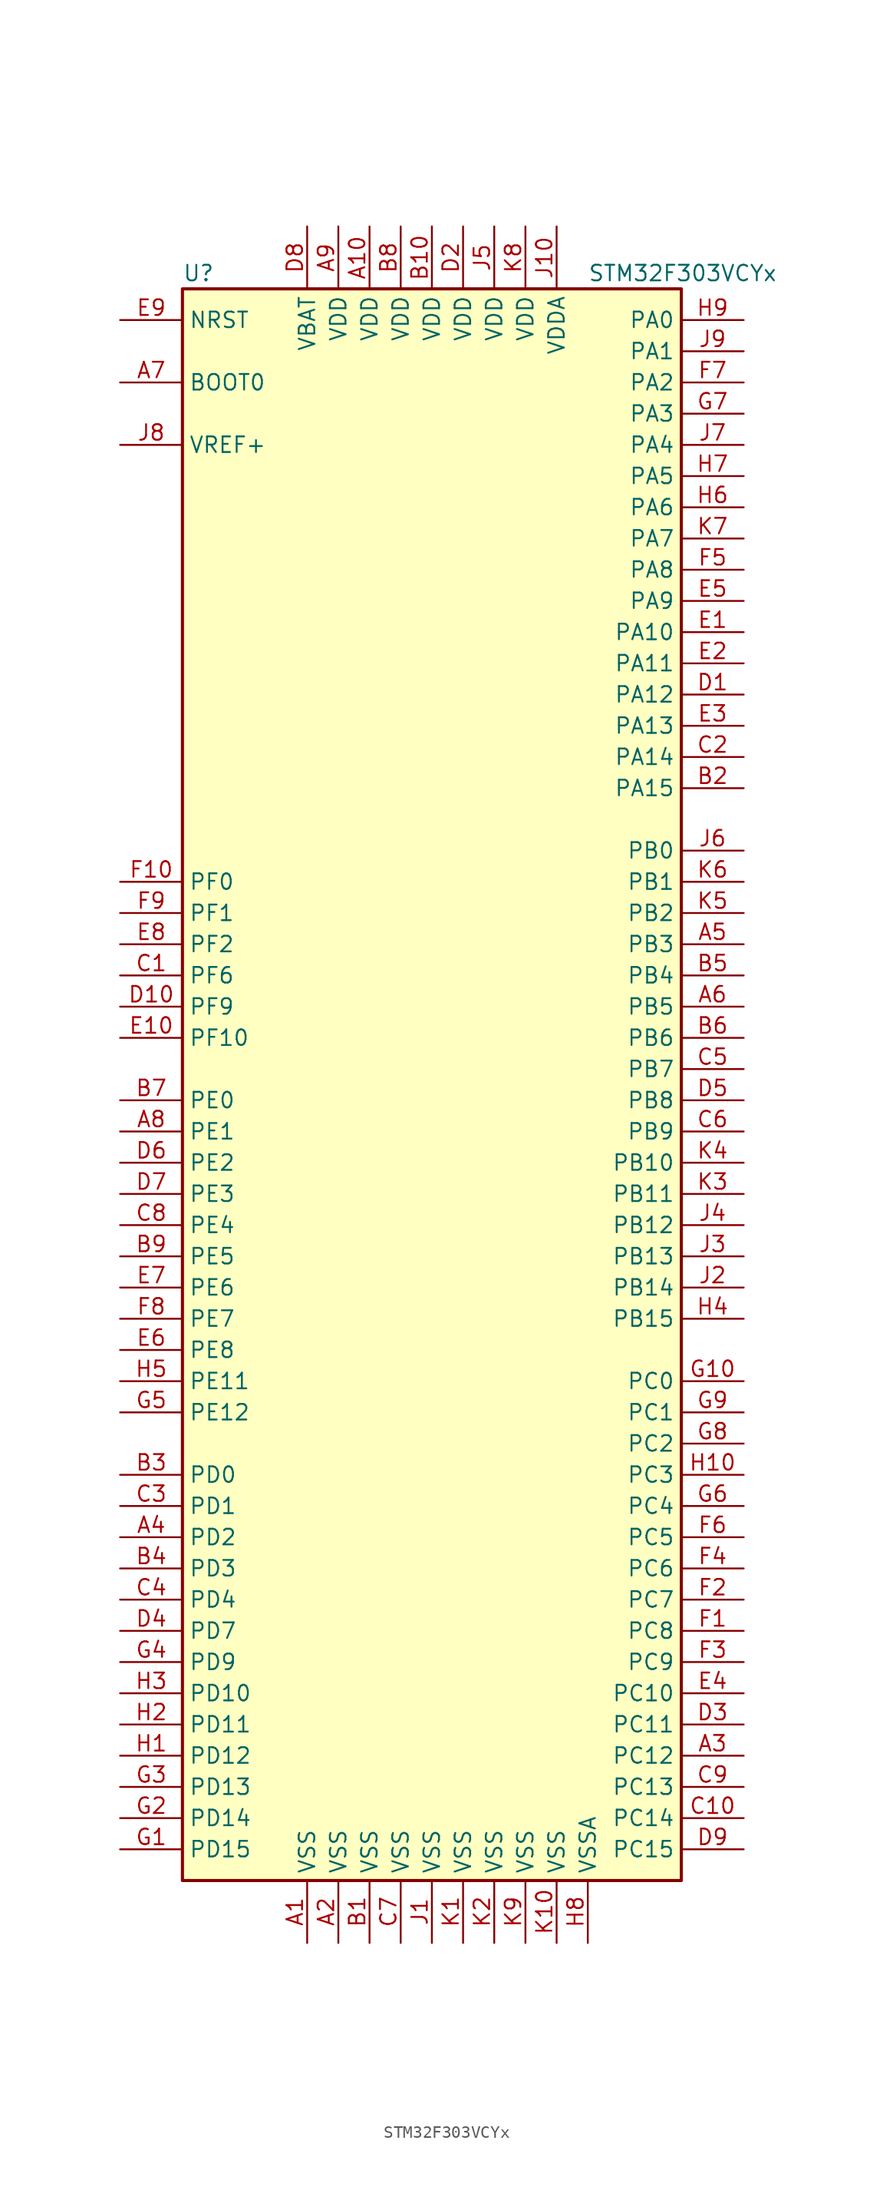
<source format=kicad_sym>
(kicad_symbol_lib
  (version 20201005)
  (generator kicad_symbol_editor)
  (symbol "STM32F303VCYx"
    (property "Reference" "U"
      (at -20.32 64.77 0)
      (effects (font (size 1.27 1.27)) (justify left)))
    (property "Value" "STM32F303VCYx"
      (at 12.7 64.77 0)
      (effects (font (size 1.27 1.27)) (justify left)))
    (symbol "STM32F303VCYx_0_1"
      (rectangle (start -20.32 -66.04) (end 20.32 63.5) (stroke (width 0.254)) (fill (type background))))
    (symbol "STM32F303VCYx_1_1"
      (pin input line (at -25.4 55.88 0) (length 5.08) (name "BOOT0" (effects (font (size 1.27 1.27)))) (number "A7" (effects (font (size 1.27 1.27)))))
      (pin input line (at -25.4 60.96 0) (length 5.08) (name "NRST" (effects (font (size 1.27 1.27)))) (number "E9" (effects (font (size 1.27 1.27)))))
      (pin bidirectional line (at 25.4 60.96 180) (length 5.08) (name "PA0" (effects (font (size 1.27 1.27)))) (number "H9" (effects (font (size 1.27 1.27)))))
      (pin bidirectional line (at 25.4 58.42 180) (length 5.08) (name "PA1" (effects (font (size 1.27 1.27)))) (number "J9" (effects (font (size 1.27 1.27)))))
      (pin bidirectional line (at 25.4 35.56 180) (length 5.08) (name "PA10" (effects (font (size 1.27 1.27)))) (number "E1" (effects (font (size 1.27 1.27)))))
      (pin bidirectional line (at 25.4 33.02 180) (length 5.08) (name "PA11" (effects (font (size 1.27 1.27)))) (number "E2" (effects (font (size 1.27 1.27)))))
      (pin bidirectional line (at 25.4 30.48 180) (length 5.08) (name "PA12" (effects (font (size 1.27 1.27)))) (number "D1" (effects (font (size 1.27 1.27)))))
      (pin bidirectional line (at 25.4 27.94 180) (length 5.08) (name "PA13" (effects (font (size 1.27 1.27)))) (number "E3" (effects (font (size 1.27 1.27)))))
      (pin bidirectional line (at 25.4 25.4 180) (length 5.08) (name "PA14" (effects (font (size 1.27 1.27)))) (number "C2" (effects (font (size 1.27 1.27)))))
      (pin bidirectional line (at 25.4 22.86 180) (length 5.08) (name "PA15" (effects (font (size 1.27 1.27)))) (number "B2" (effects (font (size 1.27 1.27)))))
      (pin bidirectional line (at 25.4 55.88 180) (length 5.08) (name "PA2" (effects (font (size 1.27 1.27)))) (number "F7" (effects (font (size 1.27 1.27)))))
      (pin bidirectional line (at 25.4 53.34 180) (length 5.08) (name "PA3" (effects (font (size 1.27 1.27)))) (number "G7" (effects (font (size 1.27 1.27)))))
      (pin bidirectional line (at 25.4 50.8 180) (length 5.08) (name "PA4" (effects (font (size 1.27 1.27)))) (number "J7" (effects (font (size 1.27 1.27)))))
      (pin bidirectional line (at 25.4 48.26 180) (length 5.08) (name "PA5" (effects (font (size 1.27 1.27)))) (number "H7" (effects (font (size 1.27 1.27)))))
      (pin bidirectional line (at 25.4 45.72 180) (length 5.08) (name "PA6" (effects (font (size 1.27 1.27)))) (number "H6" (effects (font (size 1.27 1.27)))))
      (pin bidirectional line (at 25.4 43.18 180) (length 5.08) (name "PA7" (effects (font (size 1.27 1.27)))) (number "K7" (effects (font (size 1.27 1.27)))))
      (pin bidirectional line (at 25.4 40.64 180) (length 5.08) (name "PA8" (effects (font (size 1.27 1.27)))) (number "F5" (effects (font (size 1.27 1.27)))))
      (pin bidirectional line (at 25.4 38.1 180) (length 5.08) (name "PA9" (effects (font (size 1.27 1.27)))) (number "E5" (effects (font (size 1.27 1.27)))))
      (pin bidirectional line (at 25.4 17.78 180) (length 5.08) (name "PB0" (effects (font (size 1.27 1.27)))) (number "J6" (effects (font (size 1.27 1.27)))))
      (pin bidirectional line (at 25.4 15.24 180) (length 5.08) (name "PB1" (effects (font (size 1.27 1.27)))) (number "K6" (effects (font (size 1.27 1.27)))))
      (pin bidirectional line (at 25.4 -7.62 180) (length 5.08) (name "PB10" (effects (font (size 1.27 1.27)))) (number "K4" (effects (font (size 1.27 1.27)))))
      (pin bidirectional line (at 25.4 -10.16 180) (length 5.08) (name "PB11" (effects (font (size 1.27 1.27)))) (number "K3" (effects (font (size 1.27 1.27)))))
      (pin bidirectional line (at 25.4 -12.7 180) (length 5.08) (name "PB12" (effects (font (size 1.27 1.27)))) (number "J4" (effects (font (size 1.27 1.27)))))
      (pin bidirectional line (at 25.4 -15.24 180) (length 5.08) (name "PB13" (effects (font (size 1.27 1.27)))) (number "J3" (effects (font (size 1.27 1.27)))))
      (pin bidirectional line (at 25.4 -17.78 180) (length 5.08) (name "PB14" (effects (font (size 1.27 1.27)))) (number "J2" (effects (font (size 1.27 1.27)))))
      (pin bidirectional line (at 25.4 -20.32 180) (length 5.08) (name "PB15" (effects (font (size 1.27 1.27)))) (number "H4" (effects (font (size 1.27 1.27)))))
      (pin bidirectional line (at 25.4 12.7 180) (length 5.08) (name "PB2" (effects (font (size 1.27 1.27)))) (number "K5" (effects (font (size 1.27 1.27)))))
      (pin bidirectional line (at 25.4 10.16 180) (length 5.08) (name "PB3" (effects (font (size 1.27 1.27)))) (number "A5" (effects (font (size 1.27 1.27)))))
      (pin bidirectional line (at 25.4 7.62 180) (length 5.08) (name "PB4" (effects (font (size 1.27 1.27)))) (number "B5" (effects (font (size 1.27 1.27)))))
      (pin bidirectional line (at 25.4 5.08 180) (length 5.08) (name "PB5" (effects (font (size 1.27 1.27)))) (number "A6" (effects (font (size 1.27 1.27)))))
      (pin bidirectional line (at 25.4 2.54 180) (length 5.08) (name "PB6" (effects (font (size 1.27 1.27)))) (number "B6" (effects (font (size 1.27 1.27)))))
      (pin bidirectional line (at 25.4 0 180) (length 5.08) (name "PB7" (effects (font (size 1.27 1.27)))) (number "C5" (effects (font (size 1.27 1.27)))))
      (pin bidirectional line (at 25.4 -2.54 180) (length 5.08) (name "PB8" (effects (font (size 1.27 1.27)))) (number "D5" (effects (font (size 1.27 1.27)))))
      (pin bidirectional line (at 25.4 -5.08 180) (length 5.08) (name "PB9" (effects (font (size 1.27 1.27)))) (number "C6" (effects (font (size 1.27 1.27)))))
      (pin bidirectional line (at 25.4 -25.4 180) (length 5.08) (name "PC0" (effects (font (size 1.27 1.27)))) (number "G10" (effects (font (size 1.27 1.27)))))
      (pin bidirectional line (at 25.4 -27.94 180) (length 5.08) (name "PC1" (effects (font (size 1.27 1.27)))) (number "G9" (effects (font (size 1.27 1.27)))))
      (pin bidirectional line (at 25.4 -50.8 180) (length 5.08) (name "PC10" (effects (font (size 1.27 1.27)))) (number "E4" (effects (font (size 1.27 1.27)))))
      (pin bidirectional line (at 25.4 -53.34 180) (length 5.08) (name "PC11" (effects (font (size 1.27 1.27)))) (number "D3" (effects (font (size 1.27 1.27)))))
      (pin bidirectional line (at 25.4 -55.88 180) (length 5.08) (name "PC12" (effects (font (size 1.27 1.27)))) (number "A3" (effects (font (size 1.27 1.27)))))
      (pin bidirectional line (at 25.4 -58.42 180) (length 5.08) (name "PC13" (effects (font (size 1.27 1.27)))) (number "C9" (effects (font (size 1.27 1.27)))))
      (pin bidirectional line (at 25.4 -60.96 180) (length 5.08) (name "PC14" (effects (font (size 1.27 1.27)))) (number "C10" (effects (font (size 1.27 1.27)))))
      (pin bidirectional line (at 25.4 -63.5 180) (length 5.08) (name "PC15" (effects (font (size 1.27 1.27)))) (number "D9" (effects (font (size 1.27 1.27)))))
      (pin bidirectional line (at 25.4 -30.48 180) (length 5.08) (name "PC2" (effects (font (size 1.27 1.27)))) (number "G8" (effects (font (size 1.27 1.27)))))
      (pin bidirectional line (at 25.4 -33.02 180) (length 5.08) (name "PC3" (effects (font (size 1.27 1.27)))) (number "H10" (effects (font (size 1.27 1.27)))))
      (pin bidirectional line (at 25.4 -35.56 180) (length 5.08) (name "PC4" (effects (font (size 1.27 1.27)))) (number "G6" (effects (font (size 1.27 1.27)))))
      (pin bidirectional line (at 25.4 -38.1 180) (length 5.08) (name "PC5" (effects (font (size 1.27 1.27)))) (number "F6" (effects (font (size 1.27 1.27)))))
      (pin bidirectional line (at 25.4 -40.64 180) (length 5.08) (name "PC6" (effects (font (size 1.27 1.27)))) (number "F4" (effects (font (size 1.27 1.27)))))
      (pin bidirectional line (at 25.4 -43.18 180) (length 5.08) (name "PC7" (effects (font (size 1.27 1.27)))) (number "F2" (effects (font (size 1.27 1.27)))))
      (pin bidirectional line (at 25.4 -45.72 180) (length 5.08) (name "PC8" (effects (font (size 1.27 1.27)))) (number "F1" (effects (font (size 1.27 1.27)))))
      (pin bidirectional line (at 25.4 -48.26 180) (length 5.08) (name "PC9" (effects (font (size 1.27 1.27)))) (number "F3" (effects (font (size 1.27 1.27)))))
      (pin bidirectional line (at -25.4 -33.02 0) (length 5.08) (name "PD0" (effects (font (size 1.27 1.27)))) (number "B3" (effects (font (size 1.27 1.27)))))
      (pin bidirectional line (at -25.4 -35.56 0) (length 5.08) (name "PD1" (effects (font (size 1.27 1.27)))) (number "C3" (effects (font (size 1.27 1.27)))))
      (pin bidirectional line (at -25.4 -50.8 0) (length 5.08) (name "PD10" (effects (font (size 1.27 1.27)))) (number "H3" (effects (font (size 1.27 1.27)))))
      (pin bidirectional line (at -25.4 -53.34 0) (length 5.08) (name "PD11" (effects (font (size 1.27 1.27)))) (number "H2" (effects (font (size 1.27 1.27)))))
      (pin bidirectional line (at -25.4 -55.88 0) (length 5.08) (name "PD12" (effects (font (size 1.27 1.27)))) (number "H1" (effects (font (size 1.27 1.27)))))
      (pin bidirectional line (at -25.4 -58.42 0) (length 5.08) (name "PD13" (effects (font (size 1.27 1.27)))) (number "G3" (effects (font (size 1.27 1.27)))))
      (pin bidirectional line (at -25.4 -60.96 0) (length 5.08) (name "PD14" (effects (font (size 1.27 1.27)))) (number "G2" (effects (font (size 1.27 1.27)))))
      (pin bidirectional line (at -25.4 -63.5 0) (length 5.08) (name "PD15" (effects (font (size 1.27 1.27)))) (number "G1" (effects (font (size 1.27 1.27)))))
      (pin bidirectional line (at -25.4 -38.1 0) (length 5.08) (name "PD2" (effects (font (size 1.27 1.27)))) (number "A4" (effects (font (size 1.27 1.27)))))
      (pin bidirectional line (at -25.4 -40.64 0) (length 5.08) (name "PD3" (effects (font (size 1.27 1.27)))) (number "B4" (effects (font (size 1.27 1.27)))))
      (pin bidirectional line (at -25.4 -43.18 0) (length 5.08) (name "PD4" (effects (font (size 1.27 1.27)))) (number "C4" (effects (font (size 1.27 1.27)))))
      (pin bidirectional line (at -25.4 -45.72 0) (length 5.08) (name "PD7" (effects (font (size 1.27 1.27)))) (number "D4" (effects (font (size 1.27 1.27)))))
      (pin bidirectional line (at -25.4 -48.26 0) (length 5.08) (name "PD9" (effects (font (size 1.27 1.27)))) (number "G4" (effects (font (size 1.27 1.27)))))
      (pin bidirectional line (at -25.4 -2.54 0) (length 5.08) (name "PE0" (effects (font (size 1.27 1.27)))) (number "B7" (effects (font (size 1.27 1.27)))))
      (pin bidirectional line (at -25.4 -5.08 0) (length 5.08) (name "PE1" (effects (font (size 1.27 1.27)))) (number "A8" (effects (font (size 1.27 1.27)))))
      (pin bidirectional line (at -25.4 -25.4 0) (length 5.08) (name "PE11" (effects (font (size 1.27 1.27)))) (number "H5" (effects (font (size 1.27 1.27)))))
      (pin bidirectional line (at -25.4 -27.94 0) (length 5.08) (name "PE12" (effects (font (size 1.27 1.27)))) (number "G5" (effects (font (size 1.27 1.27)))))
      (pin bidirectional line (at -25.4 -7.62 0) (length 5.08) (name "PE2" (effects (font (size 1.27 1.27)))) (number "D6" (effects (font (size 1.27 1.27)))))
      (pin bidirectional line (at -25.4 -10.16 0) (length 5.08) (name "PE3" (effects (font (size 1.27 1.27)))) (number "D7" (effects (font (size 1.27 1.27)))))
      (pin bidirectional line (at -25.4 -12.7 0) (length 5.08) (name "PE4" (effects (font (size 1.27 1.27)))) (number "C8" (effects (font (size 1.27 1.27)))))
      (pin bidirectional line (at -25.4 -15.24 0) (length 5.08) (name "PE5" (effects (font (size 1.27 1.27)))) (number "B9" (effects (font (size 1.27 1.27)))))
      (pin bidirectional line (at -25.4 -17.78 0) (length 5.08) (name "PE6" (effects (font (size 1.27 1.27)))) (number "E7" (effects (font (size 1.27 1.27)))))
      (pin bidirectional line (at -25.4 -20.32 0) (length 5.08) (name "PE7" (effects (font (size 1.27 1.27)))) (number "F8" (effects (font (size 1.27 1.27)))))
      (pin bidirectional line (at -25.4 -22.86 0) (length 5.08) (name "PE8" (effects (font (size 1.27 1.27)))) (number "E6" (effects (font (size 1.27 1.27)))))
      (pin input line (at -25.4 15.24 0) (length 5.08) (name "PF0" (effects (font (size 1.27 1.27)))) (number "F10" (effects (font (size 1.27 1.27)))))
      (pin input line (at -25.4 12.7 0) (length 5.08) (name "PF1" (effects (font (size 1.27 1.27)))) (number "F9" (effects (font (size 1.27 1.27)))))
      (pin bidirectional line (at -25.4 2.54 0) (length 5.08) (name "PF10" (effects (font (size 1.27 1.27)))) (number "E10" (effects (font (size 1.27 1.27)))))
      (pin bidirectional line (at -25.4 10.16 0) (length 5.08) (name "PF2" (effects (font (size 1.27 1.27)))) (number "E8" (effects (font (size 1.27 1.27)))))
      (pin bidirectional line (at -25.4 7.62 0) (length 5.08) (name "PF6" (effects (font (size 1.27 1.27)))) (number "C1" (effects (font (size 1.27 1.27)))))
      (pin bidirectional line (at -25.4 5.08 0) (length 5.08) (name "PF9" (effects (font (size 1.27 1.27)))) (number "D10" (effects (font (size 1.27 1.27)))))
      (pin power_in line (at -10.16 68.58 270) (length 5.08) (name "VBAT" (effects (font (size 1.27 1.27)))) (number "D8" (effects (font (size 1.27 1.27)))))
      (pin power_in line (at -5.08 68.58 270) (length 5.08) (name "VDD" (effects (font (size 1.27 1.27)))) (number "A10" (effects (font (size 1.27 1.27)))))
      (pin power_in line (at -7.62 68.58 270) (length 5.08) (name "VDD" (effects (font (size 1.27 1.27)))) (number "A9" (effects (font (size 1.27 1.27)))))
      (pin power_in line (at 0 68.58 270) (length 5.08) (name "VDD" (effects (font (size 1.27 1.27)))) (number "B10" (effects (font (size 1.27 1.27)))))
      (pin power_in line (at -2.54 68.58 270) (length 5.08) (name "VDD" (effects (font (size 1.27 1.27)))) (number "B8" (effects (font (size 1.27 1.27)))))
      (pin power_in line (at 2.54 68.58 270) (length 5.08) (name "VDD" (effects (font (size 1.27 1.27)))) (number "D2" (effects (font (size 1.27 1.27)))))
      (pin power_in line (at 5.08 68.58 270) (length 5.08) (name "VDD" (effects (font (size 1.27 1.27)))) (number "J5" (effects (font (size 1.27 1.27)))))
      (pin power_in line (at 7.62 68.58 270) (length 5.08) (name "VDD" (effects (font (size 1.27 1.27)))) (number "K8" (effects (font (size 1.27 1.27)))))
      (pin power_in line (at 10.16 68.58 270) (length 5.08) (name "VDDA" (effects (font (size 1.27 1.27)))) (number "J10" (effects (font (size 1.27 1.27)))))
      (pin power_in line (at -25.4 50.8 0) (length 5.08) (name "VREF+" (effects (font (size 1.27 1.27)))) (number "J8" (effects (font (size 1.27 1.27)))))
      (pin power_in line (at -10.16 -71.12 90) (length 5.08) (name "VSS" (effects (font (size 1.27 1.27)))) (number "A1" (effects (font (size 1.27 1.27)))))
      (pin power_in line (at -7.62 -71.12 90) (length 5.08) (name "VSS" (effects (font (size 1.27 1.27)))) (number "A2" (effects (font (size 1.27 1.27)))))
      (pin power_in line (at -5.08 -71.12 90) (length 5.08) (name "VSS" (effects (font (size 1.27 1.27)))) (number "B1" (effects (font (size 1.27 1.27)))))
      (pin power_in line (at -2.54 -71.12 90) (length 5.08) (name "VSS" (effects (font (size 1.27 1.27)))) (number "C7" (effects (font (size 1.27 1.27)))))
      (pin power_in line (at 0 -71.12 90) (length 5.08) (name "VSS" (effects (font (size 1.27 1.27)))) (number "J1" (effects (font (size 1.27 1.27)))))
      (pin power_in line (at 2.54 -71.12 90) (length 5.08) (name "VSS" (effects (font (size 1.27 1.27)))) (number "K1" (effects (font (size 1.27 1.27)))))
      (pin power_in line (at 10.16 -71.12 90) (length 5.08) (name "VSS" (effects (font (size 1.27 1.27)))) (number "K10" (effects (font (size 1.27 1.27)))))
      (pin power_in line (at 5.08 -71.12 90) (length 5.08) (name "VSS" (effects (font (size 1.27 1.27)))) (number "K2" (effects (font (size 1.27 1.27)))))
      (pin power_in line (at 7.62 -71.12 90) (length 5.08) (name "VSS" (effects (font (size 1.27 1.27)))) (number "K9" (effects (font (size 1.27 1.27)))))
      (pin power_in line (at 12.7 -71.12 90) (length 5.08) (name "VSSA" (effects (font (size 1.27 1.27)))) (number "H8" (effects (font (size 1.27 1.27))))))))
</source>
